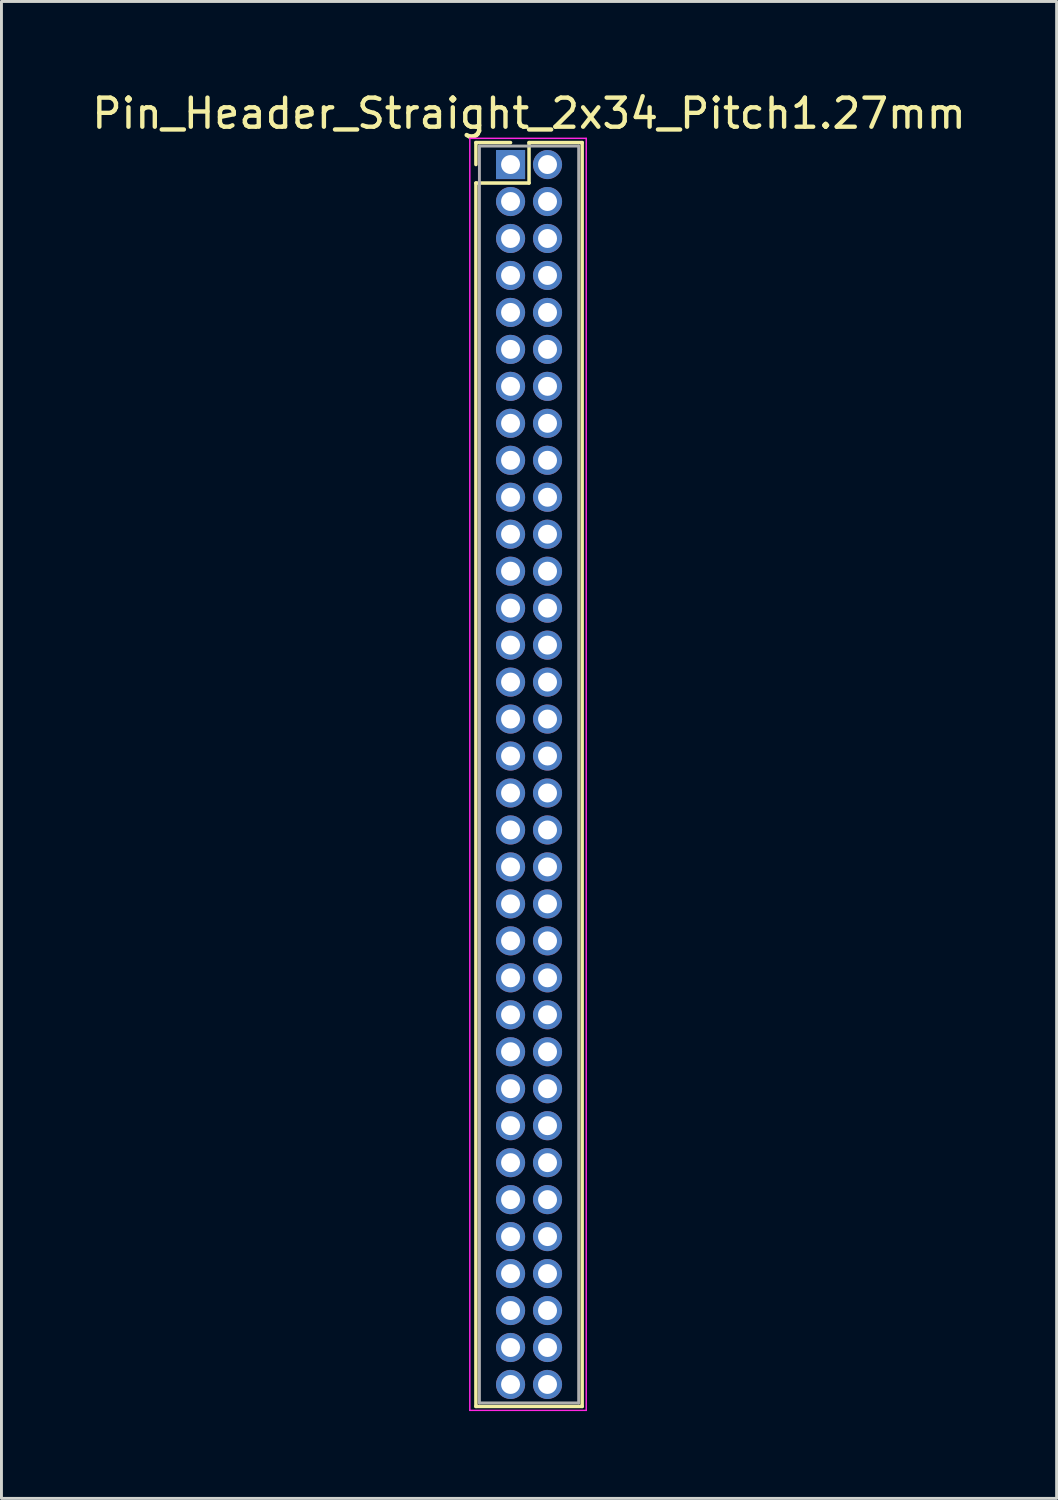
<source format=kicad_pcb>
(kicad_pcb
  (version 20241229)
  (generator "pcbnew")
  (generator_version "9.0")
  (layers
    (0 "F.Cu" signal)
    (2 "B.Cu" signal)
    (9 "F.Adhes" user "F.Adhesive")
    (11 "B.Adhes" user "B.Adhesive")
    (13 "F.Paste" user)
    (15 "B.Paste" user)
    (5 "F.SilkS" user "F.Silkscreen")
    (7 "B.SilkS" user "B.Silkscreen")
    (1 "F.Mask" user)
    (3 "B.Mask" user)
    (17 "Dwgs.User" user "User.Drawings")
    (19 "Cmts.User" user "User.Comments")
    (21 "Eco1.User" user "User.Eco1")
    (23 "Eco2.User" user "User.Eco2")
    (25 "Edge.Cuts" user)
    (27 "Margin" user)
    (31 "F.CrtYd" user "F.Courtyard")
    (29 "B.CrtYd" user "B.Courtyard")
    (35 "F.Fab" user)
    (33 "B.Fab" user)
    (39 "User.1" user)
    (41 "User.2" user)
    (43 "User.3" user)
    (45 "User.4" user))
  (footprint "Pin_Header_Straight_2x34_Pitch1.27mm"
    (layer "F.Cu")
    (at 14.49 2.603)
    (property "Reference" "Pin_Header_Straight_2x34_Pitch1.27mm" (at 0.635 -1.755 0) (layer "F.SilkS") (effects (font (size 1 1) (thickness 0.15))))
    (attr through_hole)
    (fp_line (start -1.19 -0.755) (end 0 -0.755) (stroke (width 0.12) (type solid)) (layer "F.SilkS"))
    (fp_line (start -1.19 0) (end -1.19 -0.755) (stroke (width 0.12) (type solid)) (layer "F.SilkS"))
    (fp_line (start -1.19 0.635) (end -1.19 42.665) (stroke (width 0.12) (type solid)) (layer "F.SilkS"))
    (fp_line (start -1.19 42.665) (end 2.46 42.665) (stroke (width 0.12) (type solid)) (layer "F.SilkS"))
    (fp_line (start 0.635 -0.755) (end 0.635 0.635) (stroke (width 0.12) (type solid)) (layer "F.SilkS"))
    (fp_line (start 0.635 0.635) (end -1.19 0.635) (stroke (width 0.12) (type solid)) (layer "F.SilkS"))
    (fp_line (start 2.46 -0.755) (end 0.635 -0.755) (stroke (width 0.12) (type solid)) (layer "F.SilkS"))
    (fp_line (start 2.46 42.665) (end 2.46 -0.755) (stroke (width 0.12) (type solid)) (layer "F.SilkS"))
    (fp_line (start -1.4 -0.9) (end -1.4 42.8) (stroke (width 0.05) (type solid)) (layer "F.CrtYd"))
    (fp_line (start -1.4 42.8) (end 2.6 42.8) (stroke (width 0.05) (type solid)) (layer "F.CrtYd"))
    (fp_line (start 2.6 -0.9) (end -1.4 -0.9) (stroke (width 0.05) (type solid)) (layer "F.CrtYd"))
    (fp_line (start 2.6 42.8) (end 2.6 -0.9) (stroke (width 0.05) (type solid)) (layer "F.CrtYd"))
    (fp_line (start -1.07 -0.635) (end -1.07 42.545) (stroke (width 0.1) (type solid)) (layer "F.Fab"))
    (fp_line (start -1.07 42.545) (end 2.34 42.545) (stroke (width 0.1) (type solid)) (layer "F.Fab"))
    (fp_line (start 2.34 -0.635) (end -1.07 -0.635) (stroke (width 0.1) (type solid)) (layer "F.Fab"))
    (fp_line (start 2.34 42.545) (end 2.34 -0.635) (stroke (width 0.1) (type solid)) (layer "F.Fab"))
    (pad "1" thru_hole rect (at 0 0) (size 1 1) (drill 0.65) (layers "*.Cu" "*.Mask"))
    (pad "2" thru_hole oval (at 1.27 0) (size 1 1) (drill 0.65) (layers "*.Cu" "*.Mask"))
    (pad "3" thru_hole oval (at 0 1.27) (size 1 1) (drill 0.65) (layers "*.Cu" "*.Mask"))
    (pad "4" thru_hole oval (at 1.27 1.27) (size 1 1) (drill 0.65) (layers "*.Cu" "*.Mask"))
    (pad "5" thru_hole oval (at 0 2.54) (size 1 1) (drill 0.65) (layers "*.Cu" "*.Mask"))
    (pad "6" thru_hole oval (at 1.27 2.54) (size 1 1) (drill 0.65) (layers "*.Cu" "*.Mask"))
    (pad "7" thru_hole oval (at 0 3.81) (size 1 1) (drill 0.65) (layers "*.Cu" "*.Mask"))
    (pad "8" thru_hole oval (at 1.27 3.81) (size 1 1) (drill 0.65) (layers "*.Cu" "*.Mask"))
    (pad "9" thru_hole oval (at 0 5.08) (size 1 1) (drill 0.65) (layers "*.Cu" "*.Mask"))
    (pad "10" thru_hole oval (at 1.27 5.08) (size 1 1) (drill 0.65) (layers "*.Cu" "*.Mask"))
    (pad "11" thru_hole oval (at 0 6.35) (size 1 1) (drill 0.65) (layers "*.Cu" "*.Mask"))
    (pad "12" thru_hole oval (at 1.27 6.35) (size 1 1) (drill 0.65) (layers "*.Cu" "*.Mask"))
    (pad "13" thru_hole oval (at 0 7.62) (size 1 1) (drill 0.65) (layers "*.Cu" "*.Mask"))
    (pad "14" thru_hole oval (at 1.27 7.62) (size 1 1) (drill 0.65) (layers "*.Cu" "*.Mask"))
    (pad "15" thru_hole oval (at 0 8.89) (size 1 1) (drill 0.65) (layers "*.Cu" "*.Mask"))
    (pad "16" thru_hole oval (at 1.27 8.89) (size 1 1) (drill 0.65) (layers "*.Cu" "*.Mask"))
    (pad "17" thru_hole oval (at 0 10.16) (size 1 1) (drill 0.65) (layers "*.Cu" "*.Mask"))
    (pad "18" thru_hole oval (at 1.27 10.16) (size 1 1) (drill 0.65) (layers "*.Cu" "*.Mask"))
    (pad "19" thru_hole oval (at 0 11.43) (size 1 1) (drill 0.65) (layers "*.Cu" "*.Mask"))
    (pad "20" thru_hole oval (at 1.27 11.43) (size 1 1) (drill 0.65) (layers "*.Cu" "*.Mask"))
    (pad "21" thru_hole oval (at 0 12.7) (size 1 1) (drill 0.65) (layers "*.Cu" "*.Mask"))
    (pad "22" thru_hole oval (at 1.27 12.7) (size 1 1) (drill 0.65) (layers "*.Cu" "*.Mask"))
    (pad "23" thru_hole oval (at 0 13.97) (size 1 1) (drill 0.65) (layers "*.Cu" "*.Mask"))
    (pad "24" thru_hole oval (at 1.27 13.97) (size 1 1) (drill 0.65) (layers "*.Cu" "*.Mask"))
    (pad "25" thru_hole oval (at 0 15.24) (size 1 1) (drill 0.65) (layers "*.Cu" "*.Mask"))
    (pad "26" thru_hole oval (at 1.27 15.24) (size 1 1) (drill 0.65) (layers "*.Cu" "*.Mask"))
    (pad "27" thru_hole oval (at 0 16.51) (size 1 1) (drill 0.65) (layers "*.Cu" "*.Mask"))
    (pad "28" thru_hole oval (at 1.27 16.51) (size 1 1) (drill 0.65) (layers "*.Cu" "*.Mask"))
    (pad "29" thru_hole oval (at 0 17.78) (size 1 1) (drill 0.65) (layers "*.Cu" "*.Mask"))
    (pad "30" thru_hole oval (at 1.27 17.78) (size 1 1) (drill 0.65) (layers "*.Cu" "*.Mask"))
    (pad "31" thru_hole oval (at 0 19.05) (size 1 1) (drill 0.65) (layers "*.Cu" "*.Mask"))
    (pad "32" thru_hole oval (at 1.27 19.05) (size 1 1) (drill 0.65) (layers "*.Cu" "*.Mask"))
    (pad "33" thru_hole oval (at 0 20.32) (size 1 1) (drill 0.65) (layers "*.Cu" "*.Mask"))
    (pad "34" thru_hole oval (at 1.27 20.32) (size 1 1) (drill 0.65) (layers "*.Cu" "*.Mask"))
    (pad "35" thru_hole oval (at 0 21.59) (size 1 1) (drill 0.65) (layers "*.Cu" "*.Mask"))
    (pad "36" thru_hole oval (at 1.27 21.59) (size 1 1) (drill 0.65) (layers "*.Cu" "*.Mask"))
    (pad "37" thru_hole oval (at 0 22.86) (size 1 1) (drill 0.65) (layers "*.Cu" "*.Mask"))
    (pad "38" thru_hole oval (at 1.27 22.86) (size 1 1) (drill 0.65) (layers "*.Cu" "*.Mask"))
    (pad "39" thru_hole oval (at 0 24.13) (size 1 1) (drill 0.65) (layers "*.Cu" "*.Mask"))
    (pad "40" thru_hole oval (at 1.27 24.13) (size 1 1) (drill 0.65) (layers "*.Cu" "*.Mask"))
    (pad "41" thru_hole oval (at 0 25.4) (size 1 1) (drill 0.65) (layers "*.Cu" "*.Mask"))
    (pad "42" thru_hole oval (at 1.27 25.4) (size 1 1) (drill 0.65) (layers "*.Cu" "*.Mask"))
    (pad "43" thru_hole oval (at 0 26.67) (size 1 1) (drill 0.65) (layers "*.Cu" "*.Mask"))
    (pad "44" thru_hole oval (at 1.27 26.67) (size 1 1) (drill 0.65) (layers "*.Cu" "*.Mask"))
    (pad "45" thru_hole oval (at 0 27.94) (size 1 1) (drill 0.65) (layers "*.Cu" "*.Mask"))
    (pad "46" thru_hole oval (at 1.27 27.94) (size 1 1) (drill 0.65) (layers "*.Cu" "*.Mask"))
    (pad "47" thru_hole oval (at 0 29.21) (size 1 1) (drill 0.65) (layers "*.Cu" "*.Mask"))
    (pad "48" thru_hole oval (at 1.27 29.21) (size 1 1) (drill 0.65) (layers "*.Cu" "*.Mask"))
    (pad "49" thru_hole oval (at 0 30.48) (size 1 1) (drill 0.65) (layers "*.Cu" "*.Mask"))
    (pad "50" thru_hole oval (at 1.27 30.48) (size 1 1) (drill 0.65) (layers "*.Cu" "*.Mask"))
    (pad "51" thru_hole oval (at 0 31.75) (size 1 1) (drill 0.65) (layers "*.Cu" "*.Mask"))
    (pad "52" thru_hole oval (at 1.27 31.75) (size 1 1) (drill 0.65) (layers "*.Cu" "*.Mask"))
    (pad "53" thru_hole oval (at 0 33.02) (size 1 1) (drill 0.65) (layers "*.Cu" "*.Mask"))
    (pad "54" thru_hole oval (at 1.27 33.02) (size 1 1) (drill 0.65) (layers "*.Cu" "*.Mask"))
    (pad "55" thru_hole oval (at 0 34.29) (size 1 1) (drill 0.65) (layers "*.Cu" "*.Mask"))
    (pad "56" thru_hole oval (at 1.27 34.29) (size 1 1) (drill 0.65) (layers "*.Cu" "*.Mask"))
    (pad "57" thru_hole oval (at 0 35.56) (size 1 1) (drill 0.65) (layers "*.Cu" "*.Mask"))
    (pad "58" thru_hole oval (at 1.27 35.56) (size 1 1) (drill 0.65) (layers "*.Cu" "*.Mask"))
    (pad "59" thru_hole oval (at 0 36.83) (size 1 1) (drill 0.65) (layers "*.Cu" "*.Mask"))
    (pad "60" thru_hole oval (at 1.27 36.83) (size 1 1) (drill 0.65) (layers "*.Cu" "*.Mask"))
    (pad "61" thru_hole oval (at 0 38.1) (size 1 1) (drill 0.65) (layers "*.Cu" "*.Mask"))
    (pad "62" thru_hole oval (at 1.27 38.1) (size 1 1) (drill 0.65) (layers "*.Cu" "*.Mask"))
    (pad "63" thru_hole oval (at 0 39.37) (size 1 1) (drill 0.65) (layers "*.Cu" "*.Mask"))
    (pad "64" thru_hole oval (at 1.27 39.37) (size 1 1) (drill 0.65) (layers "*.Cu" "*.Mask"))
    (pad "65" thru_hole oval (at 0 40.64) (size 1 1) (drill 0.65) (layers "*.Cu" "*.Mask"))
    (pad "66" thru_hole oval (at 1.27 40.64) (size 1 1) (drill 0.65) (layers "*.Cu" "*.Mask"))
    (pad "67" thru_hole oval (at 0 41.91) (size 1 1) (drill 0.65) (layers "*.Cu" "*.Mask"))
    (pad "68" thru_hole oval (at 1.27 41.91) (size 1 1) (drill 0.65) (layers "*.Cu" "*.Mask")))
  (gr_rect
    (start -3 -3)
    (end 33.25 48.428)
    (stroke (width 0.1) (type default))
    (fill no)
    (layer "Edge.Cuts")))
</source>
